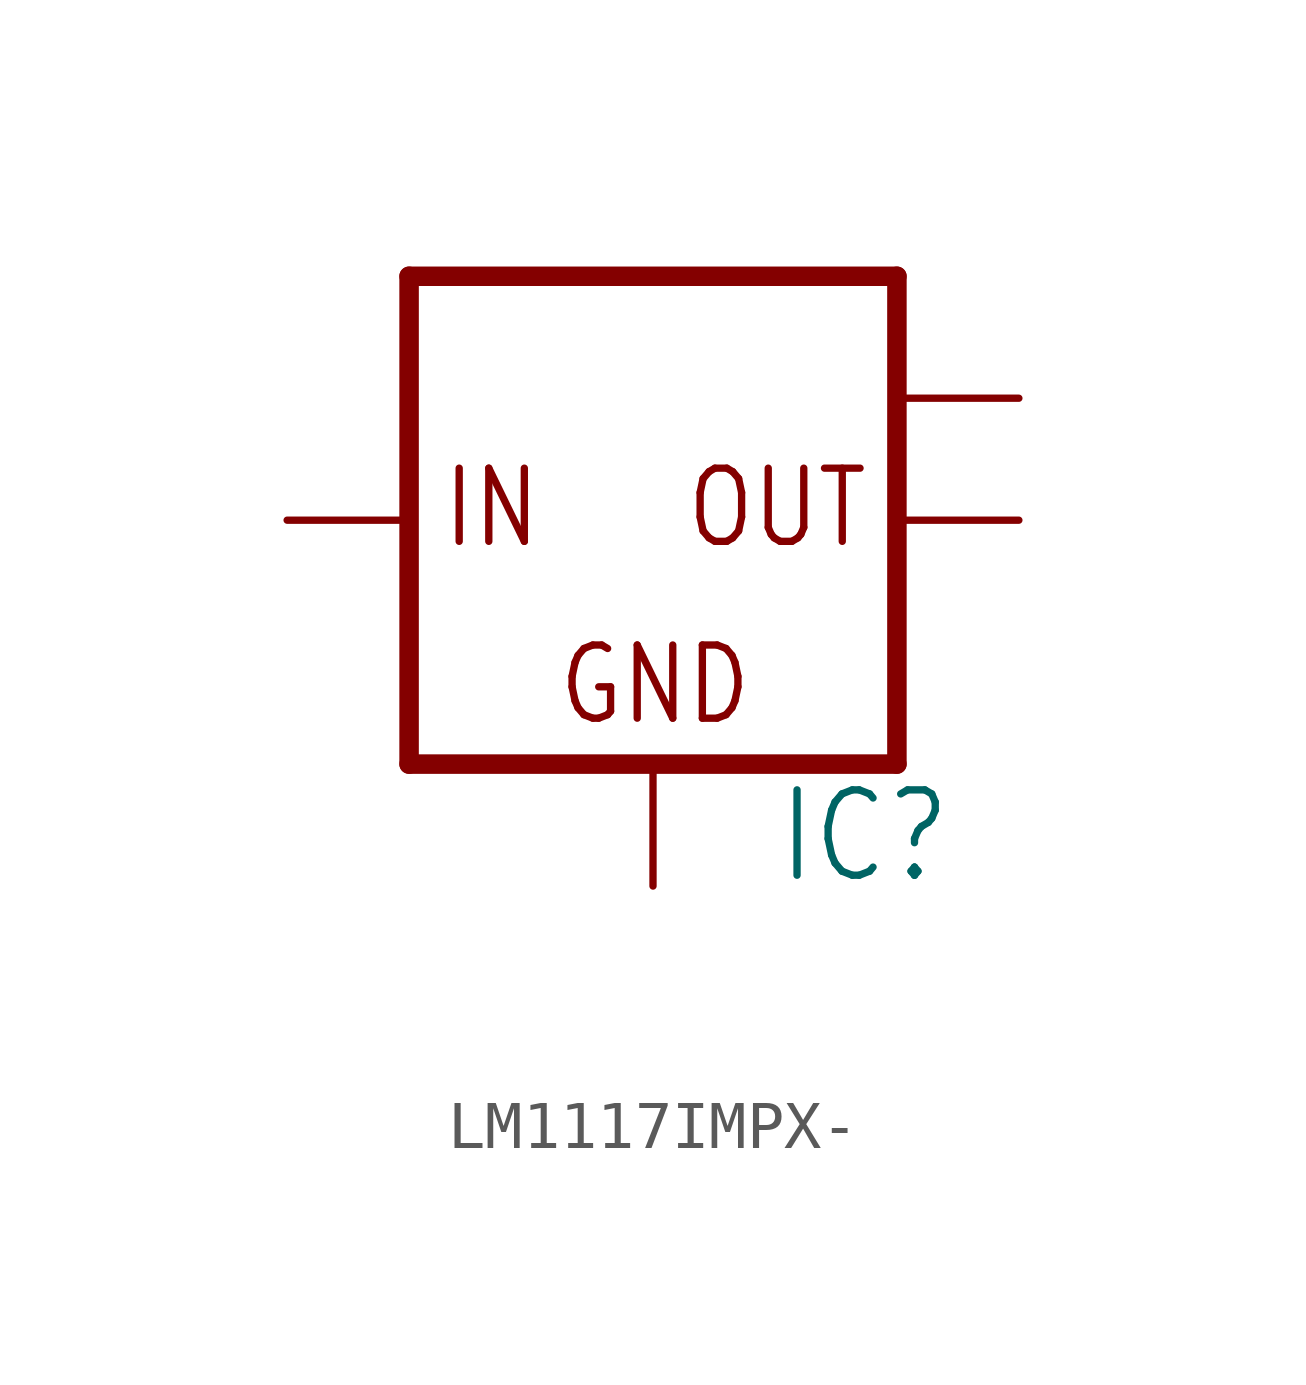
<source format=kicad_sym>
(kicad_symbol_lib
  (version 20220914)
  (generator kicad_symbol_editor)
  (symbol "LM1117IMPX-"
    (property "Reference" "IC"
      (at 2.54 -7.62 0)
      (effects (font (size 1.778 1.511)) (justify left bottom)))
    (property "Value" ""
      (at 2.54 -10.16 0)
      (effects (font (size 1.778 1.511)) (justify left bottom)))
    (property "ki_locked" ""
      (at 0 0 0)
      (effects (font (size 1.27 1.27))))
    (symbol "LM1117IMPX-_1_0"
      (polyline (pts (xy -5.08 -5.08) (xy 5.08 -5.08)) (stroke (width 0.406) (type solid)) (fill (type none)))
      (polyline (pts (xy -5.08 5.08) (xy -5.08 -5.08)) (stroke (width 0.406) (type solid)) (fill (type none)))
      (polyline (pts (xy 5.08 -5.08) (xy 5.08 5.08)) (stroke (width 0.406) (type solid)) (fill (type none)))
      (polyline (pts (xy 5.08 5.08) (xy -5.08 5.08)) (stroke (width 0.406) (type solid)) (fill (type none)))
      (text "GND" (at -2.032 -4.318 0) (effects (font (size 1.524 1.295)) (justify left bottom)))
      (text "IN" (at -4.445 -0.635 0) (effects (font (size 1.524 1.295)) (justify left bottom)))
      (text "OUT" (at 0.635 -0.635 0) (effects (font (size 1.524 1.295)) (justify left bottom)))
      (pin input line (at 0 -7.62 90) (length 2.54) (name "GND" (effects (font (size 0 0)))) (number "1" (effects (font (size 0 0)))))
      (pin passive line (at 7.62 0 180) (length 2.54) (name "OUT" (effects (font (size 0 0)))) (number "2" (effects (font (size 0 0)))))
      (pin input line (at -7.62 0 0) (length 2.54) (name "IN" (effects (font (size 0 0)))) (number "3" (effects (font (size 0 0)))))
      (pin passive line (at 7.62 2.54 180) (length 2.54) (name "OUT1" (effects (font (size 0 0)))) (number "TAB" (effects (font (size 0 0))))))))
</source>
